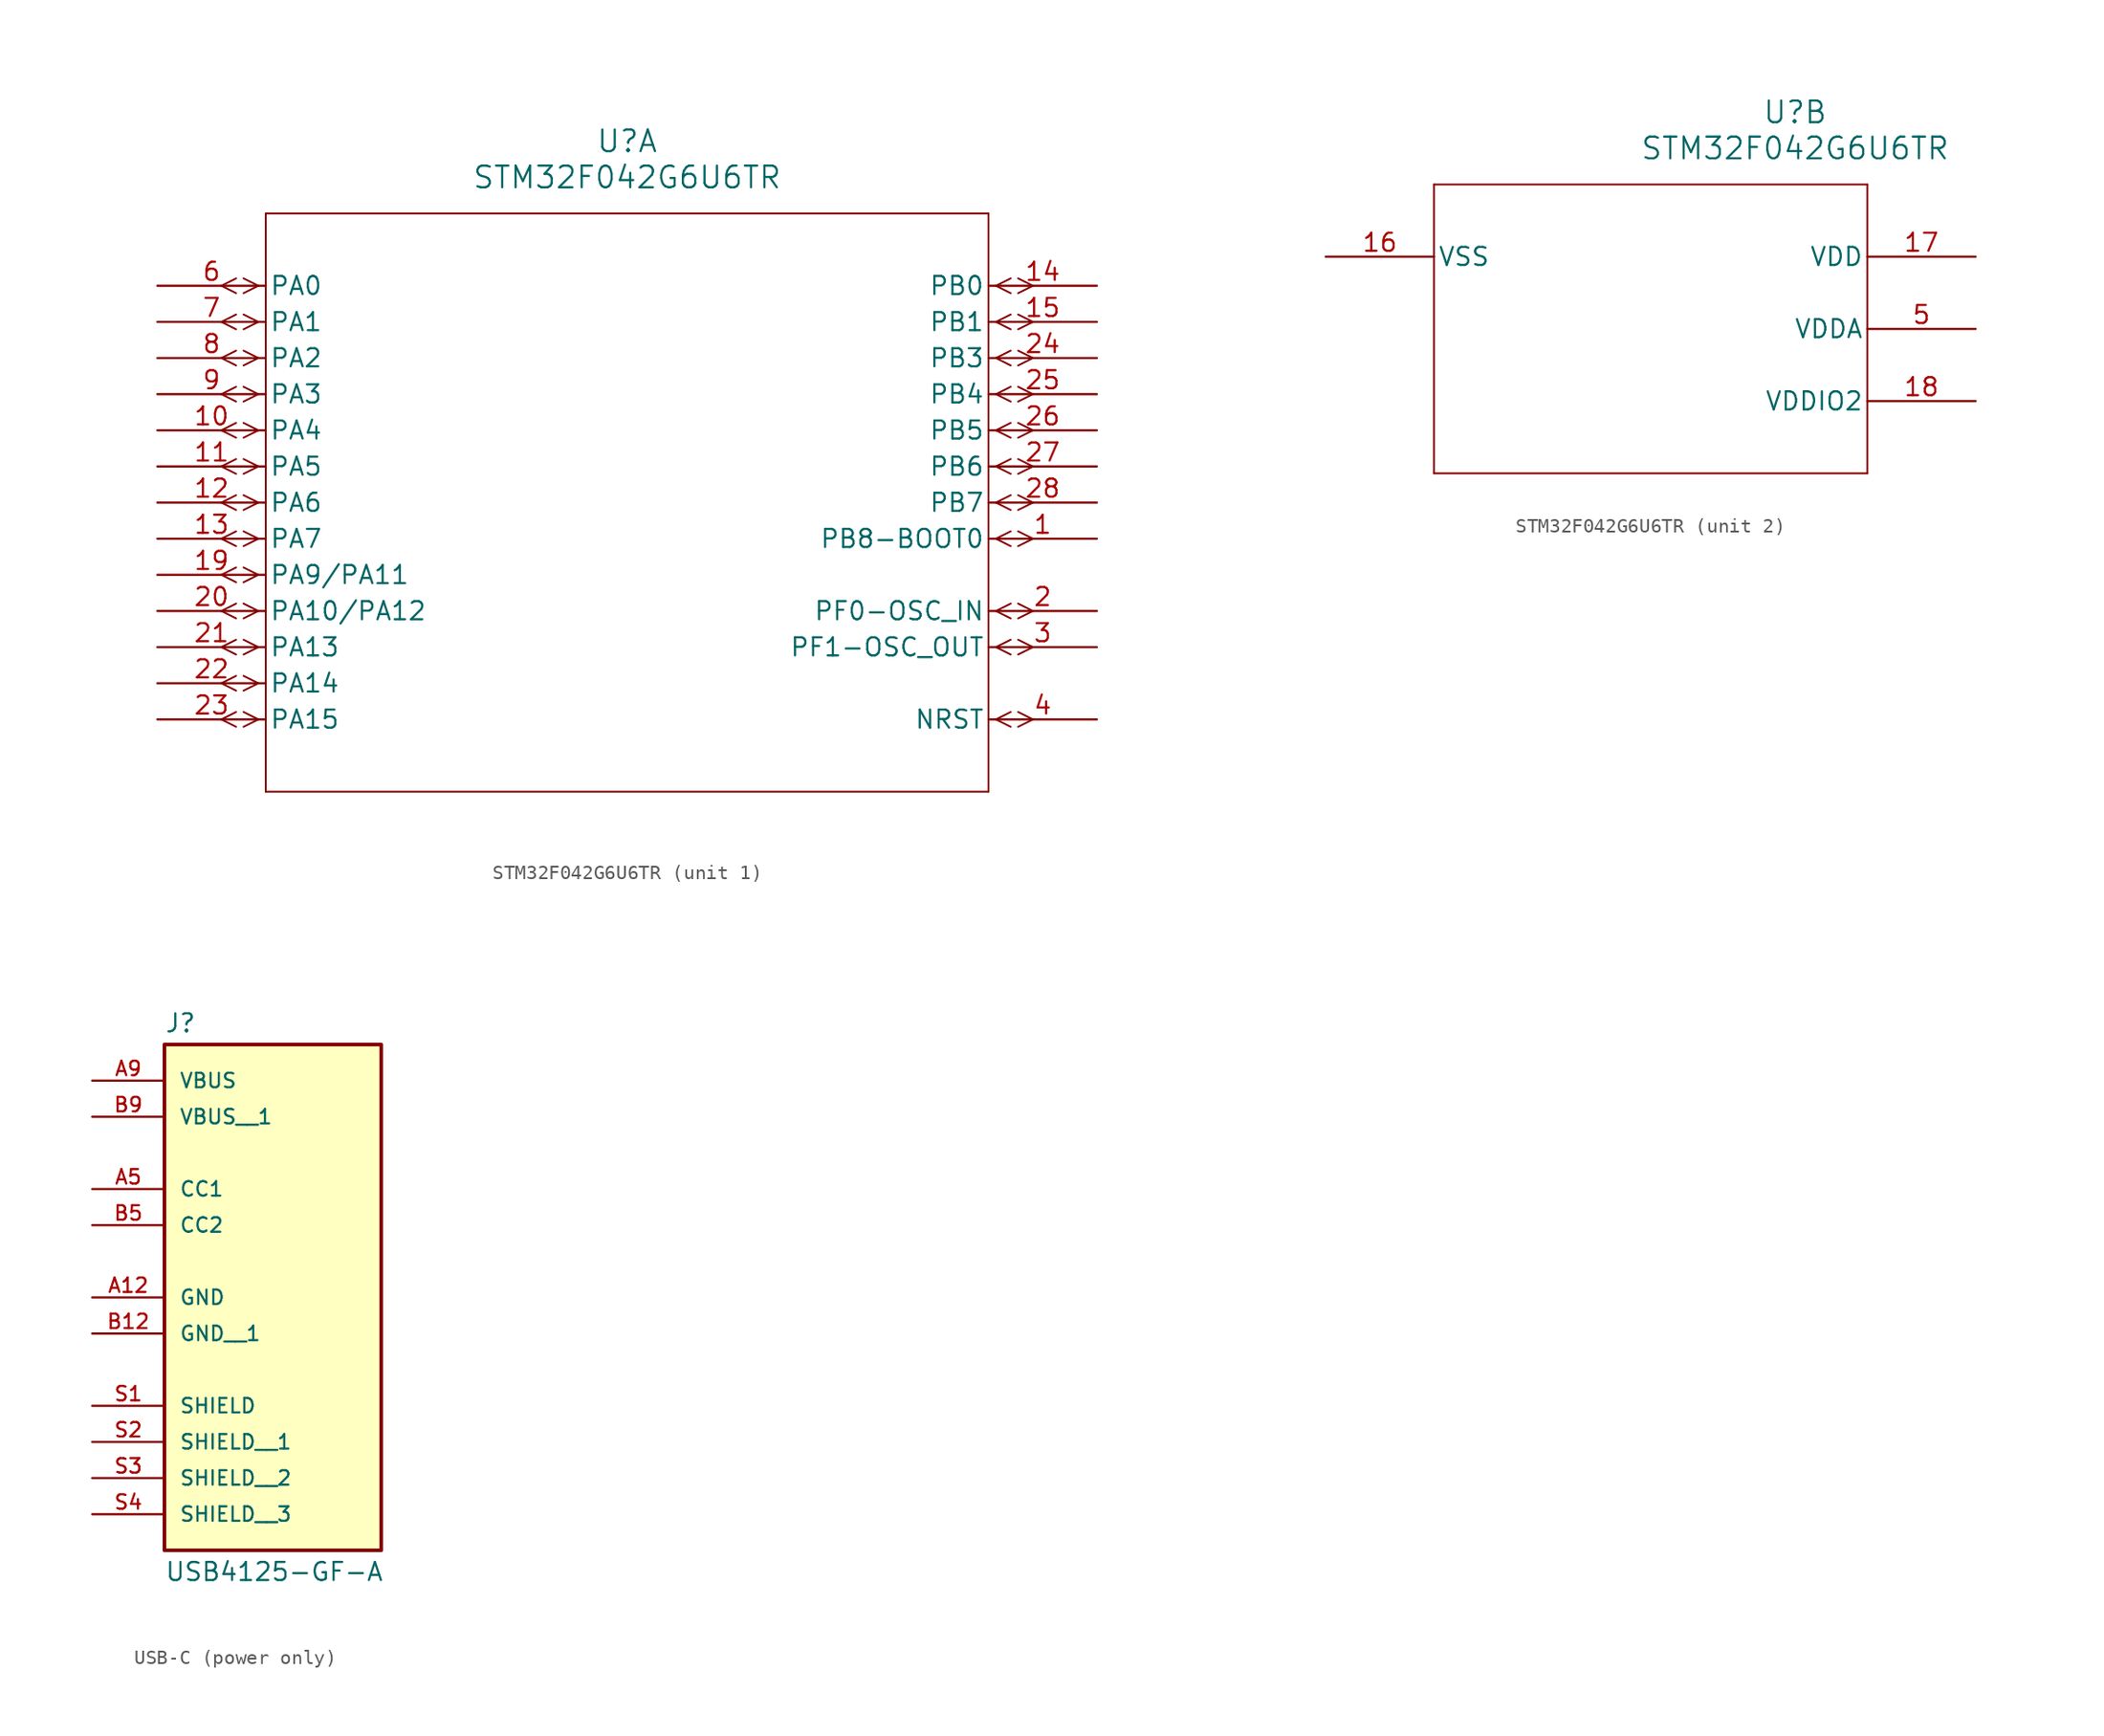
<source format=kicad_sym>
(kicad_symbol_lib
  (version 20241209)
  (generator "kicad_symbol_editor")
  (generator_version "9.0")
  (symbol "STM32F042G6U6TR"
    (pin_names
      (offset 0.254))
    (property "Reference" "U"
      (at 33.02 10.16 0)
      (effects (font (size 1.524 1.524))))
    (property "Value" "STM32F042G6U6TR"
      (at 33.02 7.62 0)
      (effects (font (size 1.524 1.524))))
    (property "ki_locked" ""
      (at 0 0 0)
      (effects (font (size 1.27 1.27))))
    (symbol "STM32F042G6U6TR_1_1"
      (polyline (pts (xy 5.537 0.521) (xy 4.496 0)) (stroke (width 0.127) (type default)) (fill (type none)))
      (polyline (pts (xy 5.537 -0.521) (xy 4.496 0)) (stroke (width 0.127) (type default)) (fill (type none)))
      (polyline (pts (xy 5.537 -2.019) (xy 4.496 -2.54)) (stroke (width 0.127) (type default)) (fill (type none)))
      (polyline (pts (xy 5.537 -3.061) (xy 4.496 -2.54)) (stroke (width 0.127) (type default)) (fill (type none)))
      (polyline (pts (xy 5.537 -4.559) (xy 4.496 -5.08)) (stroke (width 0.127) (type default)) (fill (type none)))
      (polyline (pts (xy 5.537 -5.601) (xy 4.496 -5.08)) (stroke (width 0.127) (type default)) (fill (type none)))
      (polyline (pts (xy 5.537 -7.099) (xy 4.496 -7.62)) (stroke (width 0.127) (type default)) (fill (type none)))
      (polyline (pts (xy 5.537 -8.141) (xy 4.496 -7.62)) (stroke (width 0.127) (type default)) (fill (type none)))
      (polyline (pts (xy 5.537 -9.639) (xy 4.496 -10.16)) (stroke (width 0.127) (type default)) (fill (type none)))
      (polyline (pts (xy 5.537 -10.681) (xy 4.496 -10.16)) (stroke (width 0.127) (type default)) (fill (type none)))
      (polyline (pts (xy 5.537 -12.179) (xy 4.496 -12.7)) (stroke (width 0.127) (type default)) (fill (type none)))
      (polyline (pts (xy 5.537 -13.221) (xy 4.496 -12.7)) (stroke (width 0.127) (type default)) (fill (type none)))
      (polyline (pts (xy 5.537 -14.719) (xy 4.496 -15.24)) (stroke (width 0.127) (type default)) (fill (type none)))
      (polyline (pts (xy 5.537 -15.761) (xy 4.496 -15.24)) (stroke (width 0.127) (type default)) (fill (type none)))
      (polyline (pts (xy 5.537 -17.259) (xy 4.496 -17.78)) (stroke (width 0.127) (type default)) (fill (type none)))
      (polyline (pts (xy 5.537 -18.301) (xy 4.496 -17.78)) (stroke (width 0.127) (type default)) (fill (type none)))
      (polyline (pts (xy 5.537 -19.799) (xy 4.496 -20.32)) (stroke (width 0.127) (type default)) (fill (type none)))
      (polyline (pts (xy 5.537 -20.841) (xy 4.496 -20.32)) (stroke (width 0.127) (type default)) (fill (type none)))
      (polyline (pts (xy 5.537 -22.339) (xy 4.496 -22.86)) (stroke (width 0.127) (type default)) (fill (type none)))
      (polyline (pts (xy 5.537 -23.381) (xy 4.496 -22.86)) (stroke (width 0.127) (type default)) (fill (type none)))
      (polyline (pts (xy 5.537 -24.879) (xy 4.496 -25.4)) (stroke (width 0.127) (type default)) (fill (type none)))
      (polyline (pts (xy 5.537 -25.921) (xy 4.496 -25.4)) (stroke (width 0.127) (type default)) (fill (type none)))
      (polyline (pts (xy 5.537 -27.419) (xy 4.496 -27.94)) (stroke (width 0.127) (type default)) (fill (type none)))
      (polyline (pts (xy 5.537 -28.461) (xy 4.496 -27.94)) (stroke (width 0.127) (type default)) (fill (type none)))
      (polyline (pts (xy 5.537 -29.959) (xy 4.496 -30.48)) (stroke (width 0.127) (type default)) (fill (type none)))
      (polyline (pts (xy 5.537 -31.001) (xy 4.496 -30.48)) (stroke (width 0.127) (type default)) (fill (type none)))
      (polyline (pts (xy 7.099 0) (xy 6.058 0.521)) (stroke (width 0.127) (type default)) (fill (type none)))
      (polyline (pts (xy 7.099 0) (xy 6.058 -0.521)) (stroke (width 0.127) (type default)) (fill (type none)))
      (polyline (pts (xy 7.099 -2.54) (xy 6.058 -2.019)) (stroke (width 0.127) (type default)) (fill (type none)))
      (polyline (pts (xy 7.099 -2.54) (xy 6.058 -3.061)) (stroke (width 0.127) (type default)) (fill (type none)))
      (polyline (pts (xy 7.099 -5.08) (xy 6.058 -4.559)) (stroke (width 0.127) (type default)) (fill (type none)))
      (polyline (pts (xy 7.099 -5.08) (xy 6.058 -5.601)) (stroke (width 0.127) (type default)) (fill (type none)))
      (polyline (pts (xy 7.099 -7.62) (xy 6.058 -7.099)) (stroke (width 0.127) (type default)) (fill (type none)))
      (polyline (pts (xy 7.099 -7.62) (xy 6.058 -8.141)) (stroke (width 0.127) (type default)) (fill (type none)))
      (polyline (pts (xy 7.099 -10.16) (xy 6.058 -9.639)) (stroke (width 0.127) (type default)) (fill (type none)))
      (polyline (pts (xy 7.099 -10.16) (xy 6.058 -10.681)) (stroke (width 0.127) (type default)) (fill (type none)))
      (polyline (pts (xy 7.099 -12.7) (xy 6.058 -12.179)) (stroke (width 0.127) (type default)) (fill (type none)))
      (polyline (pts (xy 7.099 -12.7) (xy 6.058 -13.221)) (stroke (width 0.127) (type default)) (fill (type none)))
      (polyline (pts (xy 7.099 -15.24) (xy 6.058 -14.719)) (stroke (width 0.127) (type default)) (fill (type none)))
      (polyline (pts (xy 7.099 -15.24) (xy 6.058 -15.761)) (stroke (width 0.127) (type default)) (fill (type none)))
      (polyline (pts (xy 7.099 -17.78) (xy 6.058 -17.259)) (stroke (width 0.127) (type default)) (fill (type none)))
      (polyline (pts (xy 7.099 -17.78) (xy 6.058 -18.301)) (stroke (width 0.127) (type default)) (fill (type none)))
      (polyline (pts (xy 7.099 -20.32) (xy 6.058 -19.799)) (stroke (width 0.127) (type default)) (fill (type none)))
      (polyline (pts (xy 7.099 -20.32) (xy 6.058 -20.841)) (stroke (width 0.127) (type default)) (fill (type none)))
      (polyline (pts (xy 7.099 -22.86) (xy 6.058 -22.339)) (stroke (width 0.127) (type default)) (fill (type none)))
      (polyline (pts (xy 7.099 -22.86) (xy 6.058 -23.381)) (stroke (width 0.127) (type default)) (fill (type none)))
      (polyline (pts (xy 7.099 -25.4) (xy 6.058 -24.879)) (stroke (width 0.127) (type default)) (fill (type none)))
      (polyline (pts (xy 7.099 -25.4) (xy 6.058 -25.921)) (stroke (width 0.127) (type default)) (fill (type none)))
      (polyline (pts (xy 7.099 -27.94) (xy 6.058 -27.419)) (stroke (width 0.127) (type default)) (fill (type none)))
      (polyline (pts (xy 7.099 -27.94) (xy 6.058 -28.461)) (stroke (width 0.127) (type default)) (fill (type none)))
      (polyline (pts (xy 7.099 -30.48) (xy 6.058 -29.959)) (stroke (width 0.127) (type default)) (fill (type none)))
      (polyline (pts (xy 7.099 -30.48) (xy 6.058 -31.001)) (stroke (width 0.127) (type default)) (fill (type none)))
      (polyline (pts (xy 7.62 5.08) (xy 7.62 -35.56)) (stroke (width 0.127) (type default)) (fill (type none)))
      (polyline (pts (xy 7.62 -35.56) (xy 58.42 -35.56)) (stroke (width 0.127) (type default)) (fill (type none)))
      (polyline (pts (xy 58.42 5.08) (xy 7.62 5.08)) (stroke (width 0.127) (type default)) (fill (type none)))
      (polyline (pts (xy 58.42 -35.56) (xy 58.42 5.08)) (stroke (width 0.127) (type default)) (fill (type none)))
      (polyline (pts (xy 58.941 0) (xy 59.982 0.521)) (stroke (width 0.127) (type default)) (fill (type none)))
      (polyline (pts (xy 58.941 0) (xy 59.982 -0.521)) (stroke (width 0.127) (type default)) (fill (type none)))
      (polyline (pts (xy 58.941 -2.54) (xy 59.982 -2.019)) (stroke (width 0.127) (type default)) (fill (type none)))
      (polyline (pts (xy 58.941 -2.54) (xy 59.982 -3.061)) (stroke (width 0.127) (type default)) (fill (type none)))
      (polyline (pts (xy 58.941 -5.08) (xy 59.982 -4.559)) (stroke (width 0.127) (type default)) (fill (type none)))
      (polyline (pts (xy 58.941 -5.08) (xy 59.982 -5.601)) (stroke (width 0.127) (type default)) (fill (type none)))
      (polyline (pts (xy 58.941 -7.62) (xy 59.982 -7.099)) (stroke (width 0.127) (type default)) (fill (type none)))
      (polyline (pts (xy 58.941 -7.62) (xy 59.982 -8.141)) (stroke (width 0.127) (type default)) (fill (type none)))
      (polyline (pts (xy 58.941 -10.16) (xy 59.982 -9.639)) (stroke (width 0.127) (type default)) (fill (type none)))
      (polyline (pts (xy 58.941 -10.16) (xy 59.982 -10.681)) (stroke (width 0.127) (type default)) (fill (type none)))
      (polyline (pts (xy 58.941 -12.7) (xy 59.982 -12.179)) (stroke (width 0.127) (type default)) (fill (type none)))
      (polyline (pts (xy 58.941 -12.7) (xy 59.982 -13.221)) (stroke (width 0.127) (type default)) (fill (type none)))
      (polyline (pts (xy 58.941 -15.24) (xy 59.982 -14.719)) (stroke (width 0.127) (type default)) (fill (type none)))
      (polyline (pts (xy 58.941 -15.24) (xy 59.982 -15.761)) (stroke (width 0.127) (type default)) (fill (type none)))
      (polyline (pts (xy 58.941 -17.78) (xy 59.982 -17.259)) (stroke (width 0.127) (type default)) (fill (type none)))
      (polyline (pts (xy 58.941 -17.78) (xy 59.982 -18.301)) (stroke (width 0.127) (type default)) (fill (type none)))
      (polyline (pts (xy 58.941 -22.86) (xy 59.982 -22.339)) (stroke (width 0.127) (type default)) (fill (type none)))
      (polyline (pts (xy 58.941 -22.86) (xy 59.982 -23.381)) (stroke (width 0.127) (type default)) (fill (type none)))
      (polyline (pts (xy 58.941 -25.4) (xy 59.982 -24.879)) (stroke (width 0.127) (type default)) (fill (type none)))
      (polyline (pts (xy 58.941 -25.4) (xy 59.982 -25.921)) (stroke (width 0.127) (type default)) (fill (type none)))
      (polyline (pts (xy 58.941 -30.48) (xy 59.982 -29.959)) (stroke (width 0.127) (type default)) (fill (type none)))
      (polyline (pts (xy 58.941 -30.48) (xy 59.982 -31.001)) (stroke (width 0.127) (type default)) (fill (type none)))
      (polyline (pts (xy 60.503 0.521) (xy 61.544 0)) (stroke (width 0.127) (type default)) (fill (type none)))
      (polyline (pts (xy 60.503 -0.521) (xy 61.544 0)) (stroke (width 0.127) (type default)) (fill (type none)))
      (polyline (pts (xy 60.503 -2.019) (xy 61.544 -2.54)) (stroke (width 0.127) (type default)) (fill (type none)))
      (polyline (pts (xy 60.503 -3.061) (xy 61.544 -2.54)) (stroke (width 0.127) (type default)) (fill (type none)))
      (polyline (pts (xy 60.503 -4.559) (xy 61.544 -5.08)) (stroke (width 0.127) (type default)) (fill (type none)))
      (polyline (pts (xy 60.503 -5.601) (xy 61.544 -5.08)) (stroke (width 0.127) (type default)) (fill (type none)))
      (polyline (pts (xy 60.503 -7.099) (xy 61.544 -7.62)) (stroke (width 0.127) (type default)) (fill (type none)))
      (polyline (pts (xy 60.503 -8.141) (xy 61.544 -7.62)) (stroke (width 0.127) (type default)) (fill (type none)))
      (polyline (pts (xy 60.503 -9.639) (xy 61.544 -10.16)) (stroke (width 0.127) (type default)) (fill (type none)))
      (polyline (pts (xy 60.503 -10.681) (xy 61.544 -10.16)) (stroke (width 0.127) (type default)) (fill (type none)))
      (polyline (pts (xy 60.503 -12.179) (xy 61.544 -12.7)) (stroke (width 0.127) (type default)) (fill (type none)))
      (polyline (pts (xy 60.503 -13.221) (xy 61.544 -12.7)) (stroke (width 0.127) (type default)) (fill (type none)))
      (polyline (pts (xy 60.503 -14.719) (xy 61.544 -15.24)) (stroke (width 0.127) (type default)) (fill (type none)))
      (polyline (pts (xy 60.503 -15.761) (xy 61.544 -15.24)) (stroke (width 0.127) (type default)) (fill (type none)))
      (polyline (pts (xy 60.503 -17.259) (xy 61.544 -17.78)) (stroke (width 0.127) (type default)) (fill (type none)))
      (polyline (pts (xy 60.503 -18.301) (xy 61.544 -17.78)) (stroke (width 0.127) (type default)) (fill (type none)))
      (polyline (pts (xy 60.503 -22.339) (xy 61.544 -22.86)) (stroke (width 0.127) (type default)) (fill (type none)))
      (polyline (pts (xy 60.503 -23.381) (xy 61.544 -22.86)) (stroke (width 0.127) (type default)) (fill (type none)))
      (polyline (pts (xy 60.503 -24.879) (xy 61.544 -25.4)) (stroke (width 0.127) (type default)) (fill (type none)))
      (polyline (pts (xy 60.503 -25.921) (xy 61.544 -25.4)) (stroke (width 0.127) (type default)) (fill (type none)))
      (polyline (pts (xy 60.503 -29.959) (xy 61.544 -30.48)) (stroke (width 0.127) (type default)) (fill (type none)))
      (polyline (pts (xy 60.503 -31.001) (xy 61.544 -30.48)) (stroke (width 0.127) (type default)) (fill (type none)))
      (pin bidirectional line (at 0 0 0) (length 7.62) (name "PA0" (effects (font (size 1.27 1.27)))) (number "6" (effects (font (size 1.27 1.27)))))
      (pin bidirectional line (at 0 -2.54 0) (length 7.62) (name "PA1" (effects (font (size 1.27 1.27)))) (number "7" (effects (font (size 1.27 1.27)))))
      (pin bidirectional line (at 0 -5.08 0) (length 7.62) (name "PA2" (effects (font (size 1.27 1.27)))) (number "8" (effects (font (size 1.27 1.27)))))
      (pin bidirectional line (at 0 -7.62 0) (length 7.62) (name "PA3" (effects (font (size 1.27 1.27)))) (number "9" (effects (font (size 1.27 1.27)))))
      (pin bidirectional line (at 0 -10.16 0) (length 7.62) (name "PA4" (effects (font (size 1.27 1.27)))) (number "10" (effects (font (size 1.27 1.27)))))
      (pin bidirectional line (at 0 -12.7 0) (length 7.62) (name "PA5" (effects (font (size 1.27 1.27)))) (number "11" (effects (font (size 1.27 1.27)))))
      (pin bidirectional line (at 0 -15.24 0) (length 7.62) (name "PA6" (effects (font (size 1.27 1.27)))) (number "12" (effects (font (size 1.27 1.27)))))
      (pin bidirectional line (at 0 -17.78 0) (length 7.62) (name "PA7" (effects (font (size 1.27 1.27)))) (number "13" (effects (font (size 1.27 1.27)))))
      (pin bidirectional line (at 0 -20.32 0) (length 7.62) (name "PA9/PA11" (effects (font (size 1.27 1.27)))) (number "19" (effects (font (size 1.27 1.27)))))
      (pin bidirectional line (at 0 -22.86 0) (length 7.62) (name "PA10/PA12" (effects (font (size 1.27 1.27)))) (number "20" (effects (font (size 1.27 1.27)))))
      (pin bidirectional line (at 0 -25.4 0) (length 7.62) (name "PA13" (effects (font (size 1.27 1.27)))) (number "21" (effects (font (size 1.27 1.27)))))
      (pin bidirectional line (at 0 -27.94 0) (length 7.62) (name "PA14" (effects (font (size 1.27 1.27)))) (number "22" (effects (font (size 1.27 1.27)))))
      (pin bidirectional line (at 0 -30.48 0) (length 7.62) (name "PA15" (effects (font (size 1.27 1.27)))) (number "23" (effects (font (size 1.27 1.27)))))
      (pin bidirectional line (at 66.04 0 180) (length 7.62) (name "PB0" (effects (font (size 1.27 1.27)))) (number "14" (effects (font (size 1.27 1.27)))))
      (pin bidirectional line (at 66.04 -2.54 180) (length 7.62) (name "PB1" (effects (font (size 1.27 1.27)))) (number "15" (effects (font (size 1.27 1.27)))))
      (pin bidirectional line (at 66.04 -5.08 180) (length 7.62) (name "PB3" (effects (font (size 1.27 1.27)))) (number "24" (effects (font (size 1.27 1.27)))))
      (pin bidirectional line (at 66.04 -7.62 180) (length 7.62) (name "PB4" (effects (font (size 1.27 1.27)))) (number "25" (effects (font (size 1.27 1.27)))))
      (pin bidirectional line (at 66.04 -10.16 180) (length 7.62) (name "PB5" (effects (font (size 1.27 1.27)))) (number "26" (effects (font (size 1.27 1.27)))))
      (pin bidirectional line (at 66.04 -12.7 180) (length 7.62) (name "PB6" (effects (font (size 1.27 1.27)))) (number "27" (effects (font (size 1.27 1.27)))))
      (pin bidirectional line (at 66.04 -15.24 180) (length 7.62) (name "PB7" (effects (font (size 1.27 1.27)))) (number "28" (effects (font (size 1.27 1.27)))))
      (pin bidirectional line (at 66.04 -17.78 180) (length 7.62) (name "PB8-BOOT0" (effects (font (size 1.27 1.27)))) (number "1" (effects (font (size 1.27 1.27)))))
      (pin bidirectional line (at 66.04 -22.86 180) (length 7.62) (name "PF0-OSC_IN" (effects (font (size 1.27 1.27)))) (number "2" (effects (font (size 1.27 1.27)))))
      (pin bidirectional line (at 66.04 -25.4 180) (length 7.62) (name "PF1-OSC_OUT" (effects (font (size 1.27 1.27)))) (number "3" (effects (font (size 1.27 1.27)))))
      (pin bidirectional line (at 66.04 -30.48 180) (length 7.62) (name "NRST" (effects (font (size 1.27 1.27)))) (number "4" (effects (font (size 1.27 1.27))))))
    (symbol "STM32F042G6U6TR_2_1"
      (polyline (pts (xy 7.62 5.08) (xy 7.62 -15.24)) (stroke (width 0.127) (type default)) (fill (type none)))
      (polyline (pts (xy 7.62 -15.24) (xy 38.1 -15.24)) (stroke (width 0.127) (type default)) (fill (type none)))
      (polyline (pts (xy 38.1 5.08) (xy 7.62 5.08)) (stroke (width 0.127) (type default)) (fill (type none)))
      (polyline (pts (xy 38.1 -15.24) (xy 38.1 5.08)) (stroke (width 0.127) (type default)) (fill (type none)))
      (pin power_in line (at 0 0 0) (length 7.62) (name "VSS" (effects (font (size 1.27 1.27)))) (number "16" (effects (font (size 1.27 1.27)))))
      (pin power_in line (at 45.72 0 180) (length 7.62) (name "VDD" (effects (font (size 1.27 1.27)))) (number "17" (effects (font (size 1.27 1.27)))))
      (pin power_in line (at 45.72 -5.08 180) (length 7.62) (name "VDDA" (effects (font (size 1.27 1.27)))) (number "5" (effects (font (size 1.27 1.27)))))
      (pin power_in line (at 45.72 -10.16 180) (length 7.62) (name "VDDIO2" (effects (font (size 1.27 1.27)))) (number "18" (effects (font (size 1.27 1.27)))))))
  (symbol "USB-C (power only)"
    (pin_names
      (offset 1.016))
    (property "Reference" "J"
      (at -7.62 10.922 0)
      (effects (font (size 1.27 1.27)) (justify left bottom)))
    (property "Value" "USB4125-GF-A"
      (at -7.62 -26.162 0)
      (effects (font (size 1.27 1.27)) (justify left top)))
    (symbol "USB-C (power only)_0_0"
      (rectangle (start -7.62 -25.4) (end 7.62 10.16) (stroke (width 0.254) (type default)) (fill (type background)))
      (pin power_in line (at -12.7 7.62 0) (length 5.08) (name "VBUS" (effects (font (size 1.016 1.016)))) (number "A9" (effects (font (size 1.016 1.016)))))
      (pin power_in line (at -12.7 5.08 0) (length 5.08) (name "VBUS__1" (effects (font (size 1.016 1.016)))) (number "B9" (effects (font (size 1.016 1.016)))))
      (pin bidirectional line (at -12.7 0 0) (length 5.08) (name "CC1" (effects (font (size 1.016 1.016)))) (number "A5" (effects (font (size 1.016 1.016)))))
      (pin bidirectional line (at -12.7 -2.54 0) (length 5.08) (name "CC2" (effects (font (size 1.016 1.016)))) (number "B5" (effects (font (size 1.016 1.016)))))
      (pin power_in line (at -12.7 -7.62 0) (length 5.08) (name "GND" (effects (font (size 1.016 1.016)))) (number "A12" (effects (font (size 1.016 1.016)))))
      (pin power_in line (at -12.7 -10.16 0) (length 5.08) (name "GND__1" (effects (font (size 1.016 1.016)))) (number "B12" (effects (font (size 1.016 1.016)))))
      (pin passive line (at -12.7 -15.24 0) (length 5.08) (name "SHIELD" (effects (font (size 1.016 1.016)))) (number "S1" (effects (font (size 1.016 1.016)))))
      (pin passive line (at -12.7 -17.78 0) (length 5.08) (name "SHIELD__1" (effects (font (size 1.016 1.016)))) (number "S2" (effects (font (size 1.016 1.016)))))
      (pin passive line (at -12.7 -20.32 0) (length 5.08) (name "SHIELD__2" (effects (font (size 1.016 1.016)))) (number "S3" (effects (font (size 1.016 1.016)))))
      (pin passive line (at -12.7 -22.86 0) (length 5.08) (name "SHIELD__3" (effects (font (size 1.016 1.016)))) (number "S4" (effects (font (size 1.016 1.016))))))))
</source>
